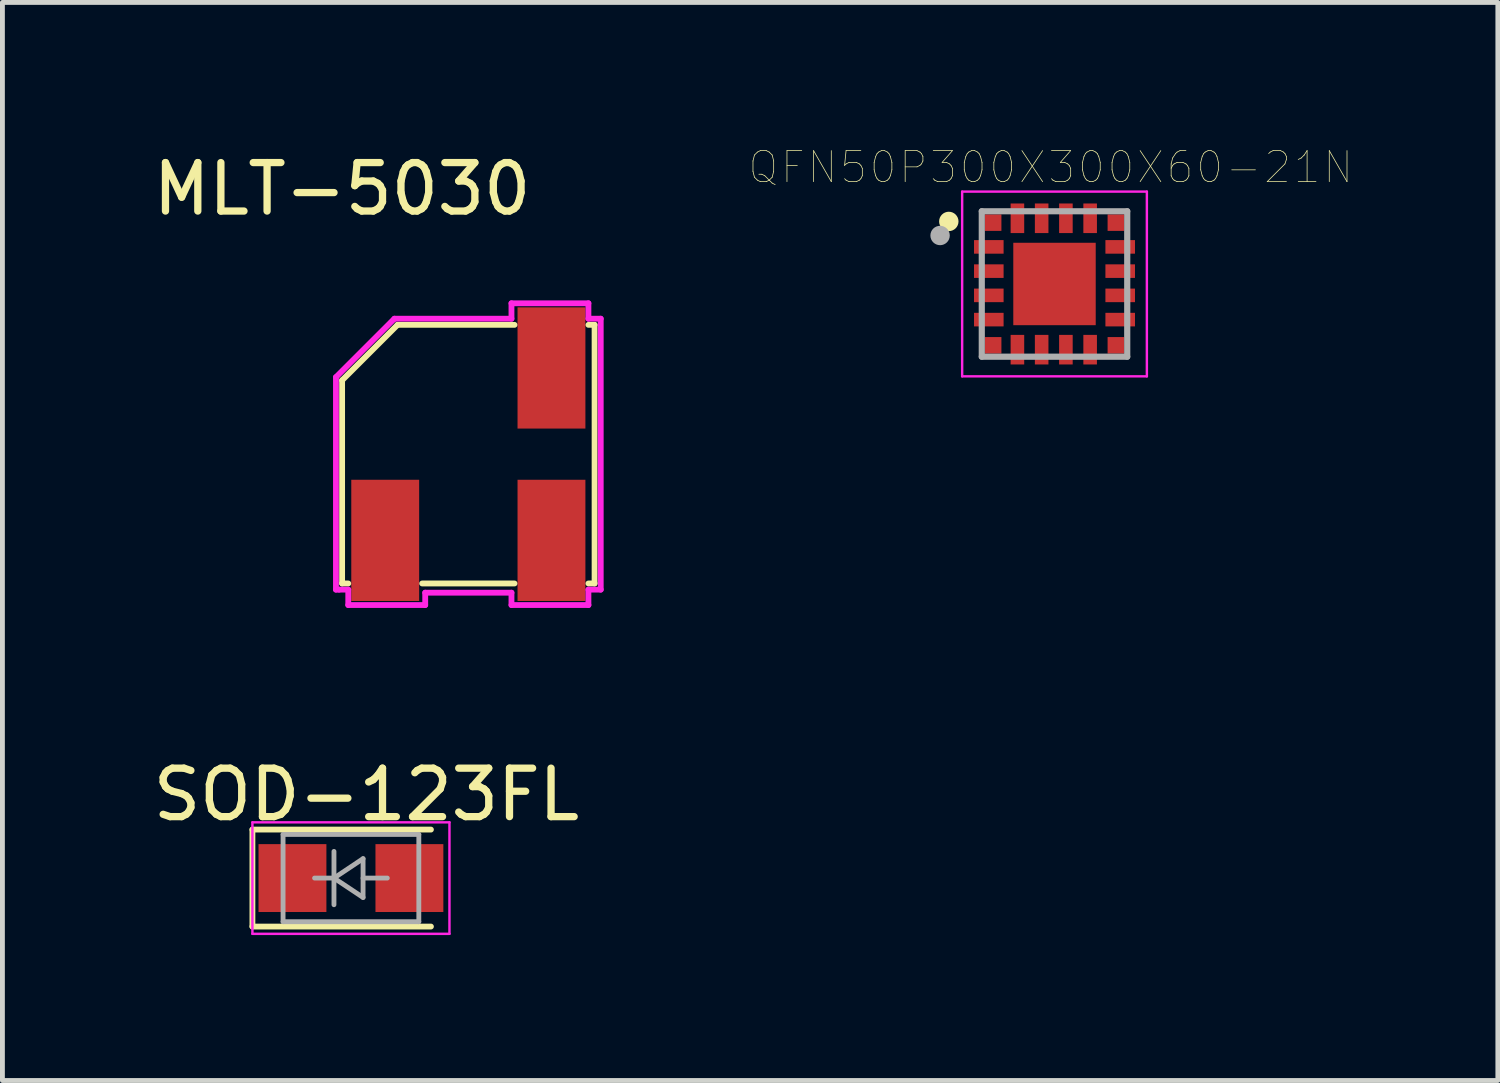
<source format=kicad_pcb>
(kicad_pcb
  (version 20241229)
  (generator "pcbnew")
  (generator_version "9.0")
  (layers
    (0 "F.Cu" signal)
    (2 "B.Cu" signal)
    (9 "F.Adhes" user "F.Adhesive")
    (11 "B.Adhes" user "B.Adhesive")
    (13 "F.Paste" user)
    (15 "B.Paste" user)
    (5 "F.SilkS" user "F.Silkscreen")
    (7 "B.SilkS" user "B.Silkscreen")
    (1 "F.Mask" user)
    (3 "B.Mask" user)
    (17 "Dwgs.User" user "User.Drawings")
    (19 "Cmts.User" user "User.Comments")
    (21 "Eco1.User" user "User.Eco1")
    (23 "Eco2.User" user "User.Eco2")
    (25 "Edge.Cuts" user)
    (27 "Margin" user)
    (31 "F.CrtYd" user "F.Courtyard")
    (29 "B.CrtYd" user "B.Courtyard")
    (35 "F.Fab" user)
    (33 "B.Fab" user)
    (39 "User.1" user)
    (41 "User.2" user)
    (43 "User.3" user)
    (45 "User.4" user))
  (footprint "QFN50P300X300X60-21N"
    (layer "F.Cu")
    (at 18.699 2.807)
    (property "Reference" "QFN50P300X300X60-21N" (at -0.078 -2.406 0) (layer "F.SilkS") (effects (font (size 0.64 0.64) (thickness 0.015))))
    (attr through_hole)
    (fp_circle (center -2.18 -1.29) (end -2.08 -1.29) (stroke (width 0.2) (type solid)) (fill no) (layer "F.SilkS"))
    (fp_poly (pts (xy -0.54 -0.54) (xy 0.54 -0.54) (xy 0.54 0.54) (xy -0.54 0.54)) (stroke (width 0.01) (type solid)) (fill yes) (layer "F.Paste"))
    (fp_line (start -1.905 -1.905) (end 1.905 -1.905) (stroke (width 0.05) (type solid)) (layer "F.CrtYd"))
    (fp_line (start -1.905 1.905) (end -1.905 -1.905) (stroke (width 0.05) (type solid)) (layer "F.CrtYd"))
    (fp_line (start -1.905 1.905) (end 1.905 1.905) (stroke (width 0.05) (type solid)) (layer "F.CrtYd"))
    (fp_line (start 1.905 1.905) (end 1.905 -1.905) (stroke (width 0.05) (type solid)) (layer "F.CrtYd"))
    (fp_line (start -1.5 1.5) (end -1.5 -1.5) (stroke (width 0.127) (type solid)) (layer "F.Fab"))
    (fp_line (start 1.5 -1.5) (end -1.5 -1.5) (stroke (width 0.127) (type solid)) (layer "F.Fab"))
    (fp_line (start 1.5 1.5) (end -1.5 1.5) (stroke (width 0.127) (type solid)) (layer "F.Fab"))
    (fp_line (start 1.5 1.5) (end 1.5 -1.5) (stroke (width 0.127) (type solid)) (layer "F.Fab"))
    (fp_circle (center -2.36 -1) (end -2.26 -1) (stroke (width 0.2) (type solid)) (fill no) (layer "F.Fab"))
    (pad "1" smd rect (at -1.265 -1.265) (size 0.34 0.34) (layers "F.Cu" "F.Mask" "F.Paste"))
    (pad "2" smd rect (at -1.355 -0.765) (size 0.61 0.28) (layers "F.Cu" "F.Mask" "F.Paste"))
    (pad "3" smd rect (at -1.355 -0.265) (size 0.61 0.28) (layers "F.Cu" "F.Mask" "F.Paste"))
    (pad "4" smd rect (at -1.355 0.235) (size 0.61 0.28) (layers "F.Cu" "F.Mask" "F.Paste"))
    (pad "5" smd rect (at -1.355 0.735) (size 0.61 0.28) (layers "F.Cu" "F.Mask" "F.Paste"))
    (pad "6" smd rect (at -1.265 1.265) (size 0.34 0.34) (layers "F.Cu" "F.Mask" "F.Paste"))
    (pad "7" smd rect (at -0.765 1.355) (size 0.28 0.61) (layers "F.Cu" "F.Mask" "F.Paste"))
    (pad "8" smd rect (at -0.265 1.355) (size 0.28 0.61) (layers "F.Cu" "F.Mask" "F.Paste"))
    (pad "9" smd rect (at 0.235 1.355) (size 0.28 0.61) (layers "F.Cu" "F.Mask" "F.Paste"))
    (pad "10" smd rect (at 0.735 1.355) (size 0.28 0.61) (layers "F.Cu" "F.Mask" "F.Paste"))
    (pad "11" smd rect (at 1.265 1.265) (size 0.34 0.34) (layers "F.Cu" "F.Mask" "F.Paste"))
    (pad "12" smd rect (at 1.355 0.735) (size 0.61 0.28) (layers "F.Cu" "F.Mask" "F.Paste"))
    (pad "13" smd rect (at 1.355 0.235) (size 0.61 0.28) (layers "F.Cu" "F.Mask" "F.Paste"))
    (pad "14" smd rect (at 1.355 -0.265) (size 0.61 0.28) (layers "F.Cu" "F.Mask" "F.Paste"))
    (pad "15" smd rect (at 1.355 -0.765) (size 0.61 0.28) (layers "F.Cu" "F.Mask" "F.Paste"))
    (pad "16" smd rect (at 1.265 -1.265) (size 0.34 0.34) (layers "F.Cu" "F.Mask" "F.Paste"))
    (pad "17" smd rect (at 0.735 -1.355) (size 0.28 0.61) (layers "F.Cu" "F.Mask" "F.Paste"))
    (pad "18" smd rect (at 0.235 -1.355) (size 0.28 0.61) (layers "F.Cu" "F.Mask" "F.Paste"))
    (pad "19" smd rect (at -0.265 -1.355) (size 0.28 0.61) (layers "F.Cu" "F.Mask" "F.Paste"))
    (pad "20" smd rect (at -0.765 -1.355) (size 0.28 0.61) (layers "F.Cu" "F.Mask" "F.Paste"))
    (pad "21" smd rect (at 0 0) (size 1.7 1.7) (layers "F.Cu" "F.Mask")))
  (footprint "SOD-123FL"
    (layer "F.Cu")
    (at 4.061 14.552)
    (property "Reference" "SOD-123FL" (at 0.445 -1.214 0) (layer "F.SilkS") (effects (font (size 1 1) (thickness 0.15))))
    (attr through_hole)
    (fp_line (start -1.905 -0.492) (end -1.905 1.508) (stroke (width 0.12) (type solid)) (layer "F.SilkS"))
    (fp_line (start -1.905 -0.492) (end 1.777 -0.492) (stroke (width 0.12) (type solid)) (layer "F.SilkS"))
    (fp_line (start -1.905 1.508) (end 1.777 1.508) (stroke (width 0.12) (type solid)) (layer "F.SilkS"))
    (fp_line (start -1.905 -0.642) (end -1.905 1.658) (stroke (width 0.05) (type solid)) (layer "F.CrtYd"))
    (fp_line (start -1.905 -0.642) (end 2.159 -0.642) (stroke (width 0.05) (type solid)) (layer "F.CrtYd"))
    (fp_line (start 2.159 -0.642) (end 2.159 1.658) (stroke (width 0.05) (type solid)) (layer "F.CrtYd"))
    (fp_line (start 2.159 1.658) (end -1.905 1.658) (stroke (width 0.05) (type solid)) (layer "F.CrtYd"))
    (fp_line (start -1.273 -0.392) (end 1.527 -0.392) (stroke (width 0.1) (type solid)) (layer "F.Fab"))
    (fp_line (start -1.273 1.408) (end -1.273 -0.392) (stroke (width 0.1) (type solid)) (layer "F.Fab"))
    (fp_line (start -0.623 0.508) (end -0.223 0.508) (stroke (width 0.1) (type solid)) (layer "F.Fab"))
    (fp_line (start -0.223 0.508) (end -0.223 -0.042) (stroke (width 0.1) (type solid)) (layer "F.Fab"))
    (fp_line (start -0.223 0.508) (end -0.223 1.058) (stroke (width 0.1) (type solid)) (layer "F.Fab"))
    (fp_line (start -0.223 0.508) (end 0.377 0.108) (stroke (width 0.1) (type solid)) (layer "F.Fab"))
    (fp_line (start 0.377 0.108) (end 0.377 0.908) (stroke (width 0.1) (type solid)) (layer "F.Fab"))
    (fp_line (start 0.377 0.508) (end 0.877 0.508) (stroke (width 0.1) (type solid)) (layer "F.Fab"))
    (fp_line (start 0.377 0.908) (end -0.223 0.508) (stroke (width 0.1) (type solid)) (layer "F.Fab"))
    (fp_line (start 1.527 -0.392) (end 1.527 1.408) (stroke (width 0.1) (type solid)) (layer "F.Fab"))
    (fp_line (start 1.527 1.408) (end -1.273 1.408) (stroke (width 0.1) (type solid)) (layer "F.Fab"))
    (pad "1" smd rect (at -1.079 0.508) (size 1.4 1.4) (layers "F.Cu" "F.Mask" "F.Paste"))
    (pad "2" smd rect (at 1.333 0.508) (size 1.4 1.4) (layers "F.Cu" "F.Mask" "F.Paste")))
  (footprint "MLT-5030"
    (layer "F.Cu")
    (at 4.006 0.348)
    (property "Reference" "MLT-5030" (at 0 0.5 0) (layer "F.SilkS") (effects (font (size 1 1) (thickness 0.15))))
    (attr through_hole)
    (fp_line (start 0 4.445) (end 0 8.636) (stroke (width 0.12) (type solid)) (layer "F.SilkS"))
    (fp_line (start 0 8.636) (end 0.127 8.636) (stroke (width 0.12) (type solid)) (layer "F.SilkS"))
    (fp_line (start 1.143 3.302) (end 0 4.445) (stroke (width 0.12) (type solid)) (layer "F.SilkS"))
    (fp_line (start 1.651 8.636) (end 3.556 8.636) (stroke (width 0.12) (type solid)) (layer "F.SilkS"))
    (fp_line (start 3.556 3.302) (end 1.143 3.302) (stroke (width 0.12) (type solid)) (layer "F.SilkS"))
    (fp_line (start 5.08 8.636) (end 5.207 8.636) (stroke (width 0.12) (type solid)) (layer "F.SilkS"))
    (fp_line (start 5.207 3.302) (end 5.08 3.302) (stroke (width 0.12) (type solid)) (layer "F.SilkS"))
    (fp_line (start 5.207 8.636) (end 5.207 3.302) (stroke (width 0.12) (type solid)) (layer "F.SilkS"))
    (fp_line (start -0.127 4.381) (end -0.127 8.763) (stroke (width 0.12) (type solid)) (layer "F.CrtYd"))
    (fp_line (start -0.127 8.763) (end -0.064 8.763) (stroke (width 0.12) (type solid)) (layer "F.CrtYd"))
    (fp_line (start -0.064 8.763) (end 0.127 8.763) (stroke (width 0.12) (type solid)) (layer "F.CrtYd"))
    (fp_line (start 0.127 8.763) (end 0.127 9.081) (stroke (width 0.12) (type solid)) (layer "F.CrtYd"))
    (fp_line (start 0.127 9.081) (end 1.714 9.081) (stroke (width 0.12) (type solid)) (layer "F.CrtYd"))
    (fp_line (start 1.079 3.175) (end -0.127 4.381) (stroke (width 0.12) (type solid)) (layer "F.CrtYd"))
    (fp_line (start 1.714 8.826) (end 3.493 8.826) (stroke (width 0.12) (type solid)) (layer "F.CrtYd"))
    (fp_line (start 1.714 9.081) (end 1.714 8.826) (stroke (width 0.12) (type solid)) (layer "F.CrtYd"))
    (fp_line (start 3.493 2.857) (end 3.493 3.175) (stroke (width 0.12) (type solid)) (layer "F.CrtYd"))
    (fp_line (start 3.493 3.175) (end 1.079 3.175) (stroke (width 0.12) (type solid)) (layer "F.CrtYd"))
    (fp_line (start 3.493 8.826) (end 3.493 9.081) (stroke (width 0.12) (type solid)) (layer "F.CrtYd"))
    (fp_line (start 3.493 9.081) (end 5.08 9.081) (stroke (width 0.12) (type solid)) (layer "F.CrtYd"))
    (fp_line (start 5.08 2.857) (end 3.493 2.857) (stroke (width 0.12) (type solid)) (layer "F.CrtYd"))
    (fp_line (start 5.08 3.175) (end 5.08 2.857) (stroke (width 0.12) (type solid)) (layer "F.CrtYd"))
    (fp_line (start 5.08 8.763) (end 5.334 8.763) (stroke (width 0.12) (type solid)) (layer "F.CrtYd"))
    (fp_line (start 5.08 9.081) (end 5.08 8.763) (stroke (width 0.12) (type solid)) (layer "F.CrtYd"))
    (fp_line (start 5.334 3.175) (end 5.08 3.175) (stroke (width 0.12) (type solid)) (layer "F.CrtYd"))
    (fp_line (start 5.334 8.763) (end 5.334 3.175) (stroke (width 0.12) (type solid)) (layer "F.CrtYd"))
    (pad "1" smd rect (at 4.318 7.747 90) (size 2.5 1.4) (layers "F.Cu" "F.Mask" "F.Paste"))
    (pad "2" smd rect (at 4.318 4.191 90) (size 2.5 1.4) (layers "F.Cu" "F.Mask" "F.Paste"))
    (pad "nc" smd rect (at 0.889 7.747 90) (size 2.5 1.4) (layers "F.Cu" "F.Mask" "F.Paste")))
  (gr_rect
    (start -3 -3)
    (end 27.843 19.235)
    (stroke (width 0.1) (type default))
    (fill no)
    (layer "Edge.Cuts")))
</source>
